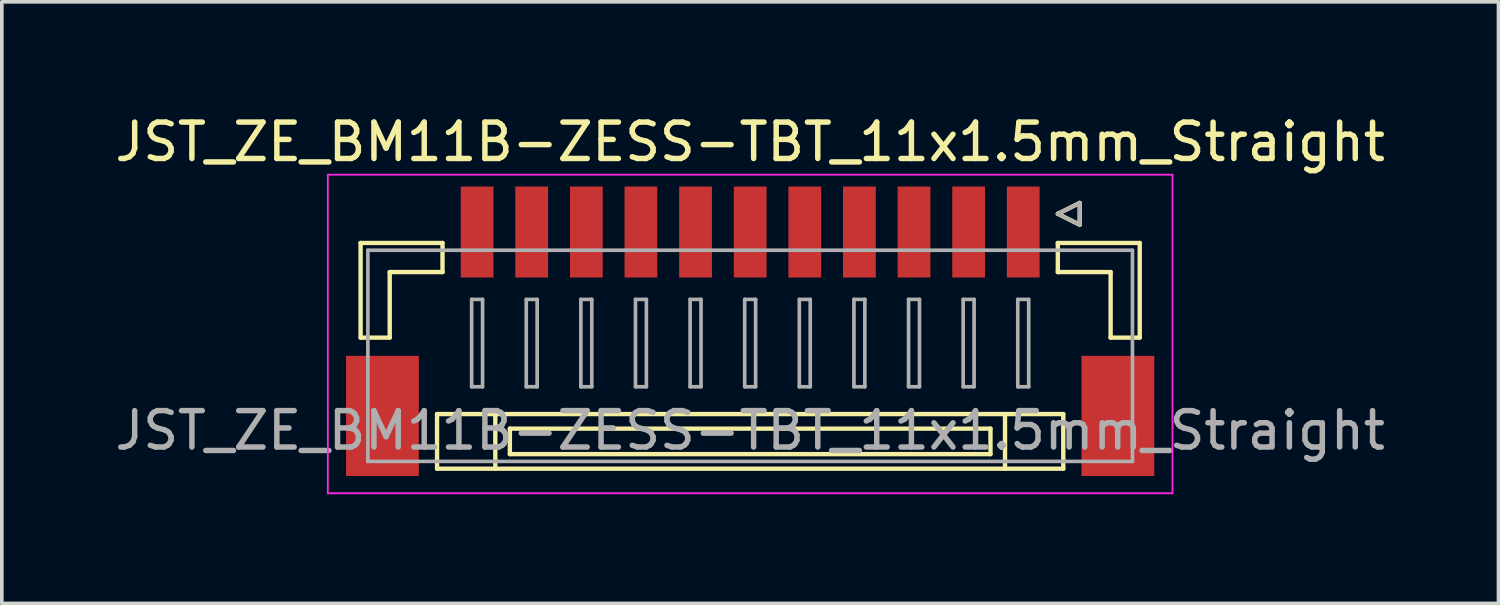
<source format=kicad_pcb>
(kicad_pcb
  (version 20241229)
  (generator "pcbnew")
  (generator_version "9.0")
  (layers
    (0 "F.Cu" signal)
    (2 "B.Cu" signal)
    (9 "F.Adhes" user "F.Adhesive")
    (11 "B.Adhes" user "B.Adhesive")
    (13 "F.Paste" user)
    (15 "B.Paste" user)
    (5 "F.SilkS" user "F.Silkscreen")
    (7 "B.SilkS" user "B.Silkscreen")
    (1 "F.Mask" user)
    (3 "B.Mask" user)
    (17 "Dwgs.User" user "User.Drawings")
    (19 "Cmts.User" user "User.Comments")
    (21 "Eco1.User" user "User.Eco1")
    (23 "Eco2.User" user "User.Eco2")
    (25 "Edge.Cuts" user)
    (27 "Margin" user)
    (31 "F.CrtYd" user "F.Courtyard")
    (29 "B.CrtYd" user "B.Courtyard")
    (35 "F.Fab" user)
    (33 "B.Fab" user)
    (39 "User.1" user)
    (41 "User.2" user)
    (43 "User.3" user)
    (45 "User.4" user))
  (footprint "JST_ZE_BM11B-ZESS-TBT_11x1.5mm_Straight"
    (layer "F.Cu")
    (at 17.554 5.848)
    (property "Reference" "JST_ZE_BM11B-ZESS-TBT_11x1.5mm_Straight" (at 0 -5 0) (layer "F.SilkS") (effects (font (size 1 1) (thickness 0.15))))
    (attr smd)
    (fp_line (start -10.7 -2.225) (end -10.7 0.375) (stroke (width 0.12) (type solid)) (layer "F.SilkS"))
    (fp_line (start -10.7 0.375) (end -9.9 0.375) (stroke (width 0.12) (type solid)) (layer "F.SilkS"))
    (fp_line (start -9.9 -1.425) (end -8.45 -1.425) (stroke (width 0.12) (type solid)) (layer "F.SilkS"))
    (fp_line (start -9.9 0.375) (end -9.9 -1.425) (stroke (width 0.12) (type solid)) (layer "F.SilkS"))
    (fp_line (start -8.6 2.475) (end -8.6 3.975) (stroke (width 0.12) (type solid)) (layer "F.SilkS"))
    (fp_line (start -8.6 3.975) (end 8.6 3.975) (stroke (width 0.12) (type solid)) (layer "F.SilkS"))
    (fp_line (start -8.45 -2.225) (end -10.7 -2.225) (stroke (width 0.12) (type solid)) (layer "F.SilkS"))
    (fp_line (start -8.45 -1.425) (end -8.45 -2.225) (stroke (width 0.12) (type solid)) (layer "F.SilkS"))
    (fp_line (start -7 2.475) (end -7 3.975) (stroke (width 0.12) (type solid)) (layer "F.SilkS"))
    (fp_line (start -6.6 2.875) (end -6.6 3.575) (stroke (width 0.12) (type solid)) (layer "F.SilkS"))
    (fp_line (start -6.6 3.575) (end 6.6 3.575) (stroke (width 0.12) (type solid)) (layer "F.SilkS"))
    (fp_line (start 6.6 2.875) (end -6.6 2.875) (stroke (width 0.12) (type solid)) (layer "F.SilkS"))
    (fp_line (start 6.6 3.575) (end 6.6 2.875) (stroke (width 0.12) (type solid)) (layer "F.SilkS"))
    (fp_line (start 7 2.475) (end 7 3.975) (stroke (width 0.12) (type solid)) (layer "F.SilkS"))
    (fp_line (start 8.45 -3.025) (end 9.05 -3.325) (stroke (width 0.12) (type solid)) (layer "F.SilkS"))
    (fp_line (start 8.45 -2.225) (end 10.7 -2.225) (stroke (width 0.12) (type solid)) (layer "F.SilkS"))
    (fp_line (start 8.45 -1.425) (end 8.45 -2.225) (stroke (width 0.12) (type solid)) (layer "F.SilkS"))
    (fp_line (start 8.6 2.475) (end -8.6 2.475) (stroke (width 0.12) (type solid)) (layer "F.SilkS"))
    (fp_line (start 8.6 3.975) (end 8.6 2.475) (stroke (width 0.12) (type solid)) (layer "F.SilkS"))
    (fp_line (start 9.05 -3.325) (end 9.05 -2.725) (stroke (width 0.12) (type solid)) (layer "F.SilkS"))
    (fp_line (start 9.05 -2.725) (end 8.45 -3.025) (stroke (width 0.12) (type solid)) (layer "F.SilkS"))
    (fp_line (start 9.9 -1.425) (end 8.45 -1.425) (stroke (width 0.12) (type solid)) (layer "F.SilkS"))
    (fp_line (start 9.9 0.375) (end 9.9 -1.425) (stroke (width 0.12) (type solid)) (layer "F.SilkS"))
    (fp_line (start 10.7 -2.225) (end 10.7 0.375) (stroke (width 0.12) (type solid)) (layer "F.SilkS"))
    (fp_line (start 10.7 0.375) (end 9.9 0.375) (stroke (width 0.12) (type solid)) (layer "F.SilkS"))
    (fp_line (start -11.6 -4.1) (end -11.6 4.65) (stroke (width 0.05) (type solid)) (layer "F.CrtYd"))
    (fp_line (start -11.6 4.65) (end 11.6 4.65) (stroke (width 0.05) (type solid)) (layer "F.CrtYd"))
    (fp_line (start 11.6 -4.1) (end -11.6 -4.1) (stroke (width 0.05) (type solid)) (layer "F.CrtYd"))
    (fp_line (start 11.6 4.65) (end 11.6 -4.1) (stroke (width 0.05) (type solid)) (layer "F.CrtYd"))
    (fp_line (start -10.5 -2.025) (end -10.5 3.775) (stroke (width 0.1) (type solid)) (layer "F.Fab"))
    (fp_line (start -10.5 3.775) (end 10.5 3.775) (stroke (width 0.1) (type solid)) (layer "F.Fab"))
    (fp_line (start -7.65 -0.675) (end -7.65 1.725) (stroke (width 0.1) (type solid)) (layer "F.Fab"))
    (fp_line (start -7.65 1.725) (end -7.35 1.725) (stroke (width 0.1) (type solid)) (layer "F.Fab"))
    (fp_line (start -7.35 -0.675) (end -7.65 -0.675) (stroke (width 0.1) (type solid)) (layer "F.Fab"))
    (fp_line (start -7.35 1.725) (end -7.35 -0.675) (stroke (width 0.1) (type solid)) (layer "F.Fab"))
    (fp_line (start -6.15 -0.675) (end -6.15 1.725) (stroke (width 0.1) (type solid)) (layer "F.Fab"))
    (fp_line (start -6.15 1.725) (end -5.85 1.725) (stroke (width 0.1) (type solid)) (layer "F.Fab"))
    (fp_line (start -5.85 -0.675) (end -6.15 -0.675) (stroke (width 0.1) (type solid)) (layer "F.Fab"))
    (fp_line (start -5.85 1.725) (end -5.85 -0.675) (stroke (width 0.1) (type solid)) (layer "F.Fab"))
    (fp_line (start -4.65 -0.675) (end -4.65 1.725) (stroke (width 0.1) (type solid)) (layer "F.Fab"))
    (fp_line (start -4.65 1.725) (end -4.35 1.725) (stroke (width 0.1) (type solid)) (layer "F.Fab"))
    (fp_line (start -4.35 -0.675) (end -4.65 -0.675) (stroke (width 0.1) (type solid)) (layer "F.Fab"))
    (fp_line (start -4.35 1.725) (end -4.35 -0.675) (stroke (width 0.1) (type solid)) (layer "F.Fab"))
    (fp_line (start -3.15 -0.675) (end -3.15 1.725) (stroke (width 0.1) (type solid)) (layer "F.Fab"))
    (fp_line (start -3.15 1.725) (end -2.85 1.725) (stroke (width 0.1) (type solid)) (layer "F.Fab"))
    (fp_line (start -2.85 -0.675) (end -3.15 -0.675) (stroke (width 0.1) (type solid)) (layer "F.Fab"))
    (fp_line (start -2.85 1.725) (end -2.85 -0.675) (stroke (width 0.1) (type solid)) (layer "F.Fab"))
    (fp_line (start -1.65 -0.675) (end -1.65 1.725) (stroke (width 0.1) (type solid)) (layer "F.Fab"))
    (fp_line (start -1.65 1.725) (end -1.35 1.725) (stroke (width 0.1) (type solid)) (layer "F.Fab"))
    (fp_line (start -1.35 -0.675) (end -1.65 -0.675) (stroke (width 0.1) (type solid)) (layer "F.Fab"))
    (fp_line (start -1.35 1.725) (end -1.35 -0.675) (stroke (width 0.1) (type solid)) (layer "F.Fab"))
    (fp_line (start -0.15 -0.675) (end -0.15 1.725) (stroke (width 0.1) (type solid)) (layer "F.Fab"))
    (fp_line (start -0.15 1.725) (end 0.15 1.725) (stroke (width 0.1) (type solid)) (layer "F.Fab"))
    (fp_line (start 0.15 -0.675) (end -0.15 -0.675) (stroke (width 0.1) (type solid)) (layer "F.Fab"))
    (fp_line (start 0.15 1.725) (end 0.15 -0.675) (stroke (width 0.1) (type solid)) (layer "F.Fab"))
    (fp_line (start 1.35 -0.675) (end 1.35 1.725) (stroke (width 0.1) (type solid)) (layer "F.Fab"))
    (fp_line (start 1.35 1.725) (end 1.65 1.725) (stroke (width 0.1) (type solid)) (layer "F.Fab"))
    (fp_line (start 1.65 -0.675) (end 1.35 -0.675) (stroke (width 0.1) (type solid)) (layer "F.Fab"))
    (fp_line (start 1.65 1.725) (end 1.65 -0.675) (stroke (width 0.1) (type solid)) (layer "F.Fab"))
    (fp_line (start 2.85 -0.675) (end 2.85 1.725) (stroke (width 0.1) (type solid)) (layer "F.Fab"))
    (fp_line (start 2.85 1.725) (end 3.15 1.725) (stroke (width 0.1) (type solid)) (layer "F.Fab"))
    (fp_line (start 3.15 -0.675) (end 2.85 -0.675) (stroke (width 0.1) (type solid)) (layer "F.Fab"))
    (fp_line (start 3.15 1.725) (end 3.15 -0.675) (stroke (width 0.1) (type solid)) (layer "F.Fab"))
    (fp_line (start 4.35 -0.675) (end 4.35 1.725) (stroke (width 0.1) (type solid)) (layer "F.Fab"))
    (fp_line (start 4.35 1.725) (end 4.65 1.725) (stroke (width 0.1) (type solid)) (layer "F.Fab"))
    (fp_line (start 4.65 -0.675) (end 4.35 -0.675) (stroke (width 0.1) (type solid)) (layer "F.Fab"))
    (fp_line (start 4.65 1.725) (end 4.65 -0.675) (stroke (width 0.1) (type solid)) (layer "F.Fab"))
    (fp_line (start 5.85 -0.675) (end 5.85 1.725) (stroke (width 0.1) (type solid)) (layer "F.Fab"))
    (fp_line (start 5.85 1.725) (end 6.15 1.725) (stroke (width 0.1) (type solid)) (layer "F.Fab"))
    (fp_line (start 6.15 -0.675) (end 5.85 -0.675) (stroke (width 0.1) (type solid)) (layer "F.Fab"))
    (fp_line (start 6.15 1.725) (end 6.15 -0.675) (stroke (width 0.1) (type solid)) (layer "F.Fab"))
    (fp_line (start 7.35 -0.675) (end 7.35 1.725) (stroke (width 0.1) (type solid)) (layer "F.Fab"))
    (fp_line (start 7.35 1.725) (end 7.65 1.725) (stroke (width 0.1) (type solid)) (layer "F.Fab"))
    (fp_line (start 7.65 -0.675) (end 7.35 -0.675) (stroke (width 0.1) (type solid)) (layer "F.Fab"))
    (fp_line (start 7.65 1.725) (end 7.65 -0.675) (stroke (width 0.1) (type solid)) (layer "F.Fab"))
    (fp_line (start 8.45 -3.025) (end 9.05 -3.325) (stroke (width 0.1) (type solid)) (layer "F.Fab"))
    (fp_line (start 9.05 -3.325) (end 9.05 -2.725) (stroke (width 0.1) (type solid)) (layer "F.Fab"))
    (fp_line (start 9.05 -2.725) (end 8.45 -3.025) (stroke (width 0.1) (type solid)) (layer "F.Fab"))
    (fp_line (start 10.5 -2.025) (end -10.5 -2.025) (stroke (width 0.1) (type solid)) (layer "F.Fab"))
    (fp_line (start 10.5 3.775) (end 10.5 -2.025) (stroke (width 0.1) (type solid)) (layer "F.Fab"))
    (fp_text user "${REFERENCE}" (at 0 2.925 0) (layer "F.Fab") (effects (font (size 1 1) (thickness 0.15))))
    (pad "" smd rect (at -10.1 2.525) (size 2 3.3) (layers "F.Cu" "F.Mask" "F.Paste"))
    (pad "" smd rect (at 10.1 2.525) (size 2 3.3) (layers "F.Cu" "F.Mask" "F.Paste"))
    (pad "1" smd rect (at 7.5 -2.525) (size 0.9 2.5) (layers "F.Cu" "F.Mask" "F.Paste"))
    (pad "2" smd rect (at 6 -2.525) (size 0.9 2.5) (layers "F.Cu" "F.Mask" "F.Paste"))
    (pad "3" smd rect (at 4.5 -2.525) (size 0.9 2.5) (layers "F.Cu" "F.Mask" "F.Paste"))
    (pad "4" smd rect (at 3 -2.525) (size 0.9 2.5) (layers "F.Cu" "F.Mask" "F.Paste"))
    (pad "5" smd rect (at 1.5 -2.525) (size 0.9 2.5) (layers "F.Cu" "F.Mask" "F.Paste"))
    (pad "6" smd rect (at 0 -2.525) (size 0.9 2.5) (layers "F.Cu" "F.Mask" "F.Paste"))
    (pad "7" smd rect (at -1.5 -2.525) (size 0.9 2.5) (layers "F.Cu" "F.Mask" "F.Paste"))
    (pad "8" smd rect (at -3 -2.525) (size 0.9 2.5) (layers "F.Cu" "F.Mask" "F.Paste"))
    (pad "9" smd rect (at -4.5 -2.525) (size 0.9 2.5) (layers "F.Cu" "F.Mask" "F.Paste"))
    (pad "10" smd rect (at -6 -2.525) (size 0.9 2.5) (layers "F.Cu" "F.Mask" "F.Paste"))
    (pad "11" smd rect (at -7.5 -2.525) (size 0.9 2.5) (layers "F.Cu" "F.Mask" "F.Paste")))
  (gr_rect
    (start -3 -3)
    (end 38.107 13.523)
    (stroke (width 0.1) (type default))
    (fill no)
    (layer "Edge.Cuts")))
</source>
